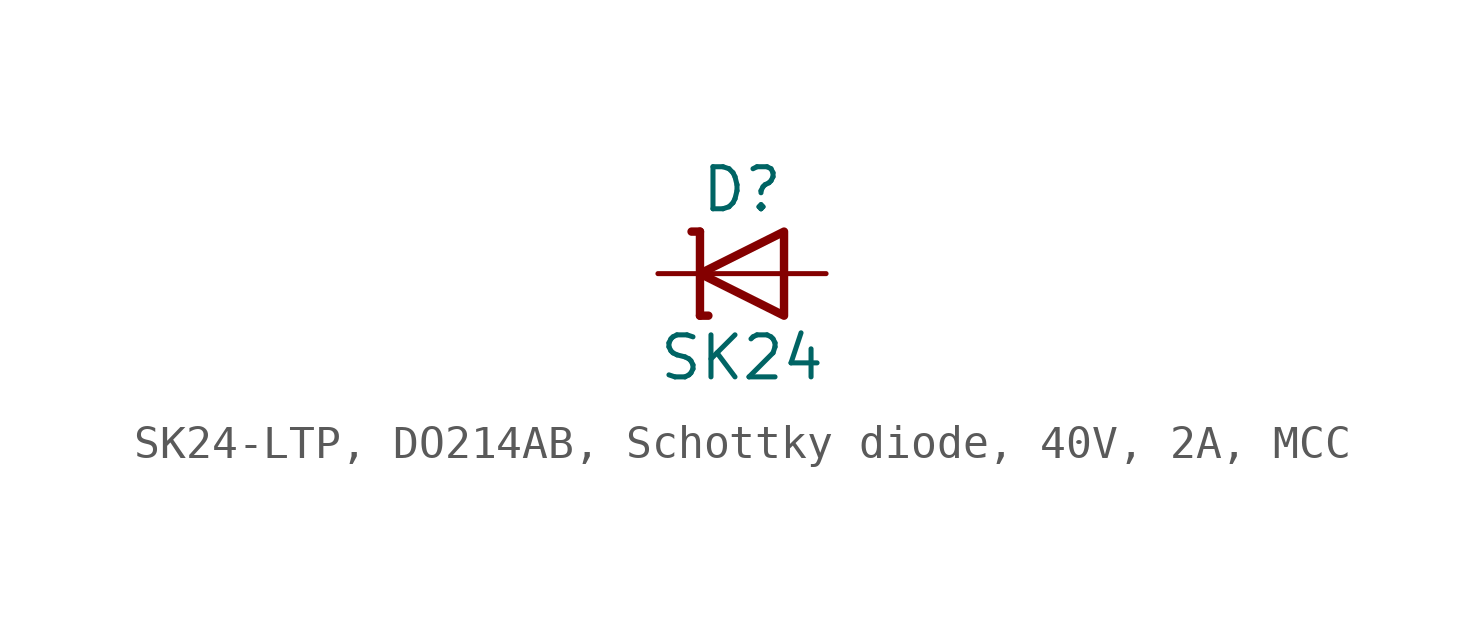
<source format=kicad_sym>
(kicad_symbol_lib
  (version 20241209)
  (generator "kicad_symbol_editor")
  (generator_version "9.0")
  (symbol "SK24-LTP, DO214AB, Schottky diode, 40V, 2A, MCC"
    (pin_numbers
      (hide yes))
    (pin_names
      (offset 1.016)
      (hide yes))
    (property "Reference" "D"
      (at 0 2.54 0)
      (effects (font (size 1.27 1.27))))
    (property "Value" "SK24"
      (at 0 -2.54 0)
      (effects (font (size 1.27 1.27))))
    (symbol "SK24-LTP, DO214AB, Schottky diode, 40V, 2A, MCC_0_0"
      (polyline (pts (xy -1.27 0) (xy 1.27 0)) (stroke (width 0.152) (type default)) (fill (type none))))
    (symbol "SK24-LTP, DO214AB, Schottky diode, 40V, 2A, MCC_0_1"
      (polyline (pts (xy -1.524 1.27) (xy -1.27 1.27)) (stroke (width 0.254) (type default)) (fill (type none)))
      (polyline (pts (xy -1.27 1.27) (xy -1.27 -1.27)) (stroke (width 0.254) (type default)) (fill (type none)))
      (polyline (pts (xy -1.27 -1.27) (xy -1.016 -1.27)) (stroke (width 0.254) (type default)) (fill (type none)))
      (polyline (pts (xy 1.27 1.27) (xy 1.27 -1.27) (xy -1.27 0) (xy 1.27 1.27)) (stroke (width 0.254) (type default)) (fill (type none))))
    (symbol "SK24-LTP, DO214AB, Schottky diode, 40V, 2A, MCC_1_1"
      (pin passive line (at -2.54 0 0) (length 1.27) (name "C" (effects (font (size 1.27 1.27)))) (number "1" (effects (font (size 1.27 1.27)))))
      (pin passive line (at 2.54 0 180) (length 1.27) (name "A" (effects (font (size 1.27 1.27)))) (number "2" (effects (font (size 1.27 1.27))))))))
</source>
